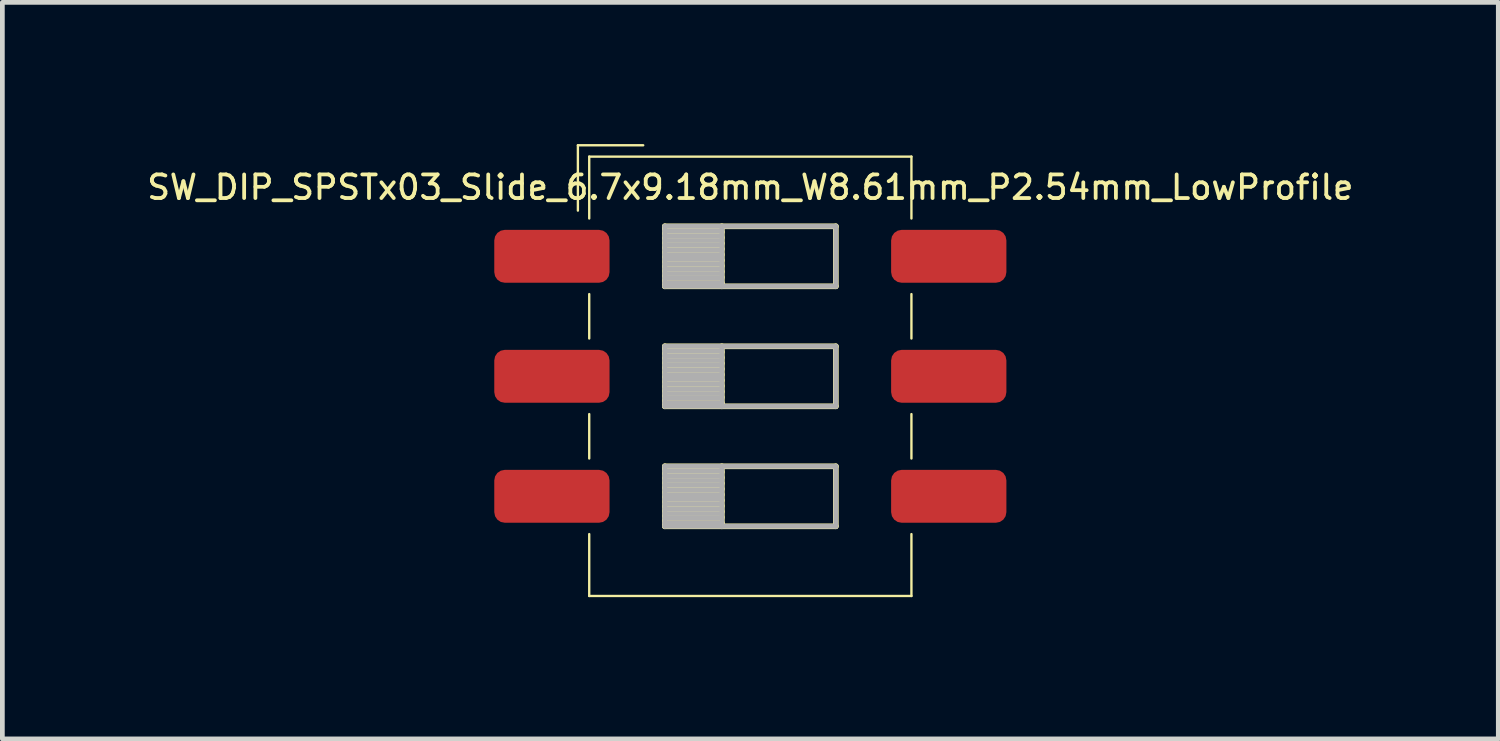
<source format=kicad_pcb>
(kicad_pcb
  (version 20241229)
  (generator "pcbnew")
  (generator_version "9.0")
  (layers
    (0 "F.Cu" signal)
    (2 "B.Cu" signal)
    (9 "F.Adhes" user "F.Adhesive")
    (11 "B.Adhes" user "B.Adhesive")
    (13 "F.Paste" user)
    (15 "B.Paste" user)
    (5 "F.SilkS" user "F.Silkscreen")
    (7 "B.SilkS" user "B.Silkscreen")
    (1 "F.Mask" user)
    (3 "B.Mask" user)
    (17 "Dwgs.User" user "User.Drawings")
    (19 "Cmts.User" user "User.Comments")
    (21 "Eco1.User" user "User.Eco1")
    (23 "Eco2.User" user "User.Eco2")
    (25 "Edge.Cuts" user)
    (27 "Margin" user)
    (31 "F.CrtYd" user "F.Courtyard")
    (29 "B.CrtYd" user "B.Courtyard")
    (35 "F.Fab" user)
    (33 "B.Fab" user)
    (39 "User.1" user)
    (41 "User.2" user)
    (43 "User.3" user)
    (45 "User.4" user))
  (footprint "SW_DIP_SPSTx03_Slide_6.7x9.18mm_W8.61mm_P2.54mm_LowProfile"
    (layer "F.Cu")
    (at 12.832 4.915)
    (property "Reference" "SW_DIP_SPSTx03_Slide_6.7x9.18mm_W8.61mm_P2.54mm_LowProfile" (at 0 -4 0) (layer "F.SilkS") (effects (font (size 0.5 0.5) (thickness 0.08))))
    (attr smd)
    (fp_line (start -3.65 -4.89) (end -3.65 -3.507) (stroke (width 0.05) (type solid)) (layer "F.SilkS"))
    (fp_line (start -3.65 -4.89) (end -2.267 -4.89) (stroke (width 0.05) (type solid)) (layer "F.SilkS"))
    (fp_line (start -3.41 -4.65) (end -3.41 -3.34) (stroke (width 0.05) (type solid)) (layer "F.SilkS"))
    (fp_line (start -3.41 -4.65) (end 3.41 -4.65) (stroke (width 0.05) (type solid)) (layer "F.SilkS"))
    (fp_line (start -3.41 -1.74) (end -3.41 -0.8) (stroke (width 0.05) (type solid)) (layer "F.SilkS"))
    (fp_line (start -3.41 0.8) (end -3.41 1.74) (stroke (width 0.05) (type solid)) (layer "F.SilkS"))
    (fp_line (start -3.41 3.34) (end -3.41 4.65) (stroke (width 0.05) (type solid)) (layer "F.SilkS"))
    (fp_line (start -3.41 4.65) (end 3.41 4.65) (stroke (width 0.05) (type solid)) (layer "F.SilkS"))
    (fp_line (start -1.81 -3.175) (end -1.81 -1.905) (stroke (width 0.12) (type solid)) (layer "F.SilkS"))
    (fp_line (start -1.81 -3.055) (end -0.603 -3.055) (stroke (width 0.12) (type solid)) (layer "F.SilkS"))
    (fp_line (start -1.81 -2.935) (end -0.603 -2.935) (stroke (width 0.12) (type solid)) (layer "F.SilkS"))
    (fp_line (start -1.81 -2.815) (end -0.603 -2.815) (stroke (width 0.12) (type solid)) (layer "F.SilkS"))
    (fp_line (start -1.81 -2.695) (end -0.603 -2.695) (stroke (width 0.12) (type solid)) (layer "F.SilkS"))
    (fp_line (start -1.81 -2.575) (end -0.603 -2.575) (stroke (width 0.12) (type solid)) (layer "F.SilkS"))
    (fp_line (start -1.81 -2.455) (end -0.603 -2.455) (stroke (width 0.12) (type solid)) (layer "F.SilkS"))
    (fp_line (start -1.81 -2.335) (end -0.603 -2.335) (stroke (width 0.12) (type solid)) (layer "F.SilkS"))
    (fp_line (start -1.81 -2.215) (end -0.603 -2.215) (stroke (width 0.12) (type solid)) (layer "F.SilkS"))
    (fp_line (start -1.81 -2.095) (end -0.603 -2.095) (stroke (width 0.12) (type solid)) (layer "F.SilkS"))
    (fp_line (start -1.81 -1.975) (end -0.603 -1.975) (stroke (width 0.12) (type solid)) (layer "F.SilkS"))
    (fp_line (start -1.81 -1.905) (end 1.81 -1.905) (stroke (width 0.12) (type solid)) (layer "F.SilkS"))
    (fp_line (start -1.81 -0.635) (end -1.81 0.635) (stroke (width 0.12) (type solid)) (layer "F.SilkS"))
    (fp_line (start -1.81 -0.515) (end -0.603 -0.515) (stroke (width 0.12) (type solid)) (layer "F.SilkS"))
    (fp_line (start -1.81 -0.395) (end -0.603 -0.395) (stroke (width 0.12) (type solid)) (layer "F.SilkS"))
    (fp_line (start -1.81 -0.275) (end -0.603 -0.275) (stroke (width 0.12) (type solid)) (layer "F.SilkS"))
    (fp_line (start -1.81 -0.155) (end -0.603 -0.155) (stroke (width 0.12) (type solid)) (layer "F.SilkS"))
    (fp_line (start -1.81 -0.035) (end -0.603 -0.035) (stroke (width 0.12) (type solid)) (layer "F.SilkS"))
    (fp_line (start -1.81 0.085) (end -0.603 0.085) (stroke (width 0.12) (type solid)) (layer "F.SilkS"))
    (fp_line (start -1.81 0.205) (end -0.603 0.205) (stroke (width 0.12) (type solid)) (layer "F.SilkS"))
    (fp_line (start -1.81 0.325) (end -0.603 0.325) (stroke (width 0.12) (type solid)) (layer "F.SilkS"))
    (fp_line (start -1.81 0.445) (end -0.603 0.445) (stroke (width 0.12) (type solid)) (layer "F.SilkS"))
    (fp_line (start -1.81 0.565) (end -0.603 0.565) (stroke (width 0.12) (type solid)) (layer "F.SilkS"))
    (fp_line (start -1.81 0.635) (end 1.81 0.635) (stroke (width 0.12) (type solid)) (layer "F.SilkS"))
    (fp_line (start -1.81 1.905) (end -1.81 3.175) (stroke (width 0.12) (type solid)) (layer "F.SilkS"))
    (fp_line (start -1.81 2.025) (end -0.603 2.025) (stroke (width 0.12) (type solid)) (layer "F.SilkS"))
    (fp_line (start -1.81 2.145) (end -0.603 2.145) (stroke (width 0.12) (type solid)) (layer "F.SilkS"))
    (fp_line (start -1.81 2.265) (end -0.603 2.265) (stroke (width 0.12) (type solid)) (layer "F.SilkS"))
    (fp_line (start -1.81 2.385) (end -0.603 2.385) (stroke (width 0.12) (type solid)) (layer "F.SilkS"))
    (fp_line (start -1.81 2.505) (end -0.603 2.505) (stroke (width 0.12) (type solid)) (layer "F.SilkS"))
    (fp_line (start -1.81 2.625) (end -0.603 2.625) (stroke (width 0.12) (type solid)) (layer "F.SilkS"))
    (fp_line (start -1.81 2.745) (end -0.603 2.745) (stroke (width 0.12) (type solid)) (layer "F.SilkS"))
    (fp_line (start -1.81 2.865) (end -0.603 2.865) (stroke (width 0.12) (type solid)) (layer "F.SilkS"))
    (fp_line (start -1.81 2.985) (end -0.603 2.985) (stroke (width 0.12) (type solid)) (layer "F.SilkS"))
    (fp_line (start -1.81 3.105) (end -0.603 3.105) (stroke (width 0.12) (type solid)) (layer "F.SilkS"))
    (fp_line (start -1.81 3.175) (end 1.81 3.175) (stroke (width 0.12) (type solid)) (layer "F.SilkS"))
    (fp_line (start -0.603 -3.175) (end -0.603 -1.905) (stroke (width 0.12) (type solid)) (layer "F.SilkS"))
    (fp_line (start -0.603 -0.635) (end -0.603 0.635) (stroke (width 0.12) (type solid)) (layer "F.SilkS"))
    (fp_line (start -0.603 1.905) (end -0.603 3.175) (stroke (width 0.12) (type solid)) (layer "F.SilkS"))
    (fp_line (start 1.81 -3.175) (end -1.81 -3.175) (stroke (width 0.12) (type solid)) (layer "F.SilkS"))
    (fp_line (start 1.81 -1.905) (end 1.81 -3.175) (stroke (width 0.12) (type solid)) (layer "F.SilkS"))
    (fp_line (start 1.81 -0.635) (end -1.81 -0.635) (stroke (width 0.12) (type solid)) (layer "F.SilkS"))
    (fp_line (start 1.81 0.635) (end 1.81 -0.635) (stroke (width 0.12) (type solid)) (layer "F.SilkS"))
    (fp_line (start 1.81 1.905) (end -1.81 1.905) (stroke (width 0.12) (type solid)) (layer "F.SilkS"))
    (fp_line (start 1.81 3.175) (end 1.81 1.905) (stroke (width 0.12) (type solid)) (layer "F.SilkS"))
    (fp_line (start 3.41 -4.65) (end 3.41 -3.34) (stroke (width 0.05) (type solid)) (layer "F.SilkS"))
    (fp_line (start 3.41 -1.74) (end 3.41 -0.8) (stroke (width 0.05) (type solid)) (layer "F.SilkS"))
    (fp_line (start 3.41 0.8) (end 3.41 1.74) (stroke (width 0.05) (type solid)) (layer "F.SilkS"))
    (fp_line (start 3.41 3.34) (end 3.41 4.65) (stroke (width 0.05) (type solid)) (layer "F.SilkS"))
    (fp_line (start -1.81 -3.175) (end -1.81 -1.905) (stroke (width 0.1) (type solid)) (layer "F.Fab"))
    (fp_line (start -1.81 -3.075) (end -0.603 -3.075) (stroke (width 0.1) (type solid)) (layer "F.Fab"))
    (fp_line (start -1.81 -2.975) (end -0.603 -2.975) (stroke (width 0.1) (type solid)) (layer "F.Fab"))
    (fp_line (start -1.81 -2.875) (end -0.603 -2.875) (stroke (width 0.1) (type solid)) (layer "F.Fab"))
    (fp_line (start -1.81 -2.775) (end -0.603 -2.775) (stroke (width 0.1) (type solid)) (layer "F.Fab"))
    (fp_line (start -1.81 -2.675) (end -0.603 -2.675) (stroke (width 0.1) (type solid)) (layer "F.Fab"))
    (fp_line (start -1.81 -2.575) (end -0.603 -2.575) (stroke (width 0.1) (type solid)) (layer "F.Fab"))
    (fp_line (start -1.81 -2.475) (end -0.603 -2.475) (stroke (width 0.1) (type solid)) (layer "F.Fab"))
    (fp_line (start -1.81 -2.375) (end -0.603 -2.375) (stroke (width 0.1) (type solid)) (layer "F.Fab"))
    (fp_line (start -1.81 -2.275) (end -0.603 -2.275) (stroke (width 0.1) (type solid)) (layer "F.Fab"))
    (fp_line (start -1.81 -2.175) (end -0.603 -2.175) (stroke (width 0.1) (type solid)) (layer "F.Fab"))
    (fp_line (start -1.81 -2.075) (end -0.603 -2.075) (stroke (width 0.1) (type solid)) (layer "F.Fab"))
    (fp_line (start -1.81 -1.975) (end -0.603 -1.975) (stroke (width 0.1) (type solid)) (layer "F.Fab"))
    (fp_line (start -1.81 -1.905) (end 1.81 -1.905) (stroke (width 0.1) (type solid)) (layer "F.Fab"))
    (fp_line (start -1.81 -0.635) (end -1.81 0.635) (stroke (width 0.1) (type solid)) (layer "F.Fab"))
    (fp_line (start -1.81 -0.535) (end -0.603 -0.535) (stroke (width 0.1) (type solid)) (layer "F.Fab"))
    (fp_line (start -1.81 -0.435) (end -0.603 -0.435) (stroke (width 0.1) (type solid)) (layer "F.Fab"))
    (fp_line (start -1.81 -0.335) (end -0.603 -0.335) (stroke (width 0.1) (type solid)) (layer "F.Fab"))
    (fp_line (start -1.81 -0.235) (end -0.603 -0.235) (stroke (width 0.1) (type solid)) (layer "F.Fab"))
    (fp_line (start -1.81 -0.135) (end -0.603 -0.135) (stroke (width 0.1) (type solid)) (layer "F.Fab"))
    (fp_line (start -1.81 -0.035) (end -0.603 -0.035) (stroke (width 0.1) (type solid)) (layer "F.Fab"))
    (fp_line (start -1.81 0.065) (end -0.603 0.065) (stroke (width 0.1) (type solid)) (layer "F.Fab"))
    (fp_line (start -1.81 0.165) (end -0.603 0.165) (stroke (width 0.1) (type solid)) (layer "F.Fab"))
    (fp_line (start -1.81 0.265) (end -0.603 0.265) (stroke (width 0.1) (type solid)) (layer "F.Fab"))
    (fp_line (start -1.81 0.365) (end -0.603 0.365) (stroke (width 0.1) (type solid)) (layer "F.Fab"))
    (fp_line (start -1.81 0.465) (end -0.603 0.465) (stroke (width 0.1) (type solid)) (layer "F.Fab"))
    (fp_line (start -1.81 0.565) (end -0.603 0.565) (stroke (width 0.1) (type solid)) (layer "F.Fab"))
    (fp_line (start -1.81 0.635) (end 1.81 0.635) (stroke (width 0.1) (type solid)) (layer "F.Fab"))
    (fp_line (start -1.81 1.905) (end -1.81 3.175) (stroke (width 0.1) (type solid)) (layer "F.Fab"))
    (fp_line (start -1.81 2.005) (end -0.603 2.005) (stroke (width 0.1) (type solid)) (layer "F.Fab"))
    (fp_line (start -1.81 2.105) (end -0.603 2.105) (stroke (width 0.1) (type solid)) (layer "F.Fab"))
    (fp_line (start -1.81 2.205) (end -0.603 2.205) (stroke (width 0.1) (type solid)) (layer "F.Fab"))
    (fp_line (start -1.81 2.305) (end -0.603 2.305) (stroke (width 0.1) (type solid)) (layer "F.Fab"))
    (fp_line (start -1.81 2.405) (end -0.603 2.405) (stroke (width 0.1) (type solid)) (layer "F.Fab"))
    (fp_line (start -1.81 2.505) (end -0.603 2.505) (stroke (width 0.1) (type solid)) (layer "F.Fab"))
    (fp_line (start -1.81 2.605) (end -0.603 2.605) (stroke (width 0.1) (type solid)) (layer "F.Fab"))
    (fp_line (start -1.81 2.705) (end -0.603 2.705) (stroke (width 0.1) (type solid)) (layer "F.Fab"))
    (fp_line (start -1.81 2.805) (end -0.603 2.805) (stroke (width 0.1) (type solid)) (layer "F.Fab"))
    (fp_line (start -1.81 2.905) (end -0.603 2.905) (stroke (width 0.1) (type solid)) (layer "F.Fab"))
    (fp_line (start -1.81 3.005) (end -0.603 3.005) (stroke (width 0.1) (type solid)) (layer "F.Fab"))
    (fp_line (start -1.81 3.105) (end -0.603 3.105) (stroke (width 0.1) (type solid)) (layer "F.Fab"))
    (fp_line (start -1.81 3.175) (end 1.81 3.175) (stroke (width 0.1) (type solid)) (layer "F.Fab"))
    (fp_line (start -0.603 -3.175) (end -0.603 -1.905) (stroke (width 0.1) (type solid)) (layer "F.Fab"))
    (fp_line (start -0.603 -0.635) (end -0.603 0.635) (stroke (width 0.1) (type solid)) (layer "F.Fab"))
    (fp_line (start -0.603 1.905) (end -0.603 3.175) (stroke (width 0.1) (type solid)) (layer "F.Fab"))
    (fp_line (start 1.81 -3.175) (end -1.81 -3.175) (stroke (width 0.1) (type solid)) (layer "F.Fab"))
    (fp_line (start 1.81 -1.905) (end 1.81 -3.175) (stroke (width 0.1) (type solid)) (layer "F.Fab"))
    (fp_line (start 1.81 -0.635) (end -1.81 -0.635) (stroke (width 0.1) (type solid)) (layer "F.Fab"))
    (fp_line (start 1.81 0.635) (end 1.81 -0.635) (stroke (width 0.1) (type solid)) (layer "F.Fab"))
    (fp_line (start 1.81 1.905) (end -1.81 1.905) (stroke (width 0.1) (type solid)) (layer "F.Fab"))
    (fp_line (start 1.81 3.175) (end 1.81 1.905) (stroke (width 0.1) (type solid)) (layer "F.Fab"))
    (pad "1" smd roundrect (at -4.2 -2.54) (size 2.44 1.12) (layers "F.Cu" "F.Mask" "F.Paste") (roundrect_rratio 0.2))
    (pad "2" smd roundrect (at -4.2 0) (size 2.44 1.12) (layers "F.Cu" "F.Mask" "F.Paste") (roundrect_rratio 0.2))
    (pad "3" smd roundrect (at -4.2 2.54) (size 2.44 1.12) (layers "F.Cu" "F.Mask" "F.Paste") (roundrect_rratio 0.2))
    (pad "4" smd roundrect (at 4.2 2.54) (size 2.44 1.12) (layers "F.Cu" "F.Mask" "F.Paste") (roundrect_rratio 0.2))
    (pad "5" smd roundrect (at 4.2 0) (size 2.44 1.12) (layers "F.Cu" "F.Mask" "F.Paste") (roundrect_rratio 0.2))
    (pad "6" smd roundrect (at 4.2 -2.54) (size 2.44 1.12) (layers "F.Cu" "F.Mask" "F.Paste") (roundrect_rratio 0.2)))
  (gr_rect
    (start -3 -3)
    (end 28.664 12.59)
    (stroke (width 0.1) (type default))
    (fill no)
    (layer "Edge.Cuts")))
</source>
